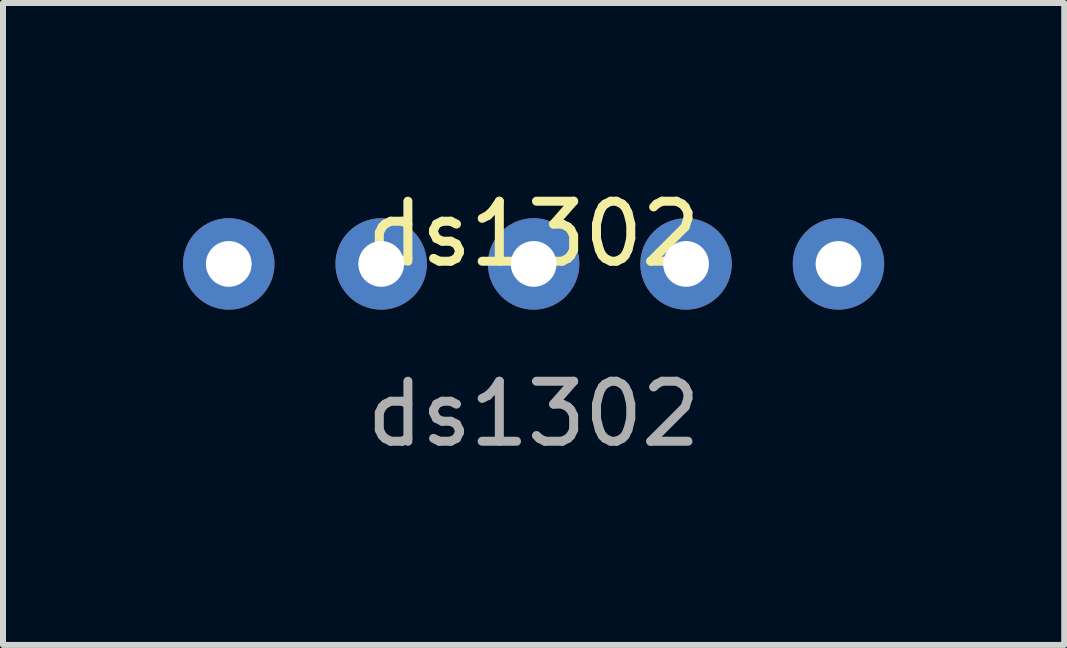
<source format=kicad_pcb>
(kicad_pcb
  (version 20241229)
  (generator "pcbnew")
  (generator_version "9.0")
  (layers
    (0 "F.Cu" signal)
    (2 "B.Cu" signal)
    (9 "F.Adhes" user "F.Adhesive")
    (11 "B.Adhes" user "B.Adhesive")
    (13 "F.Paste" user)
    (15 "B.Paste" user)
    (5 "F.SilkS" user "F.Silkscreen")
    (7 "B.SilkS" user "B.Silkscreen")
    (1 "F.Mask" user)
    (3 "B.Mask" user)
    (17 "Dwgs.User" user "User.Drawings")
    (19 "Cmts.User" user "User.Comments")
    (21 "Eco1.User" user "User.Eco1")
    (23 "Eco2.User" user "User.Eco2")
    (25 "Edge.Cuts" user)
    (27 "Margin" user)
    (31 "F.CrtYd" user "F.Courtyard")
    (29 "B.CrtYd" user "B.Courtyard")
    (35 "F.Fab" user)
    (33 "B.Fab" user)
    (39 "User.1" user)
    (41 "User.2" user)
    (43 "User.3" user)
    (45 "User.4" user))
  (footprint "ds1302"
    (layer "F.Cu")
    (at 5.842 1.348)
    (property "Reference" "ds1302" (at 0 -0.5 0) (unlocked yes) (layer "F.SilkS") (effects (font (size 1 1) (thickness 0.15))))
    (attr through_hole)
    (fp_text user "${REFERENCE}" (at 0 2.5 0) (unlocked yes) (layer "F.Fab") (effects (font (size 1 1) (thickness 0.15))))
    (pad "1" thru_hole circle (at -5.08 0) (size 1.524 1.524) (drill 0.762) (layers "*.Cu" "*.Mask"))
    (pad "2" thru_hole circle (at -2.54 0) (size 1.524 1.524) (drill 0.762) (layers "*.Cu" "*.Mask"))
    (pad "3" thru_hole circle (at 0 0) (size 1.524 1.524) (drill 0.762) (layers "*.Cu" "*.Mask"))
    (pad "4" thru_hole circle (at 2.54 0) (size 1.524 1.524) (drill 0.762) (layers "*.Cu" "*.Mask"))
    (pad "5" thru_hole circle (at 5.08 0) (size 1.524 1.524) (drill 0.762) (layers "*.Cu" "*.Mask")))
  (gr_rect
    (start -3 -3)
    (end 14.684 7.697)
    (stroke (width 0.1) (type default))
    (fill no)
    (layer "Edge.Cuts")))
</source>
